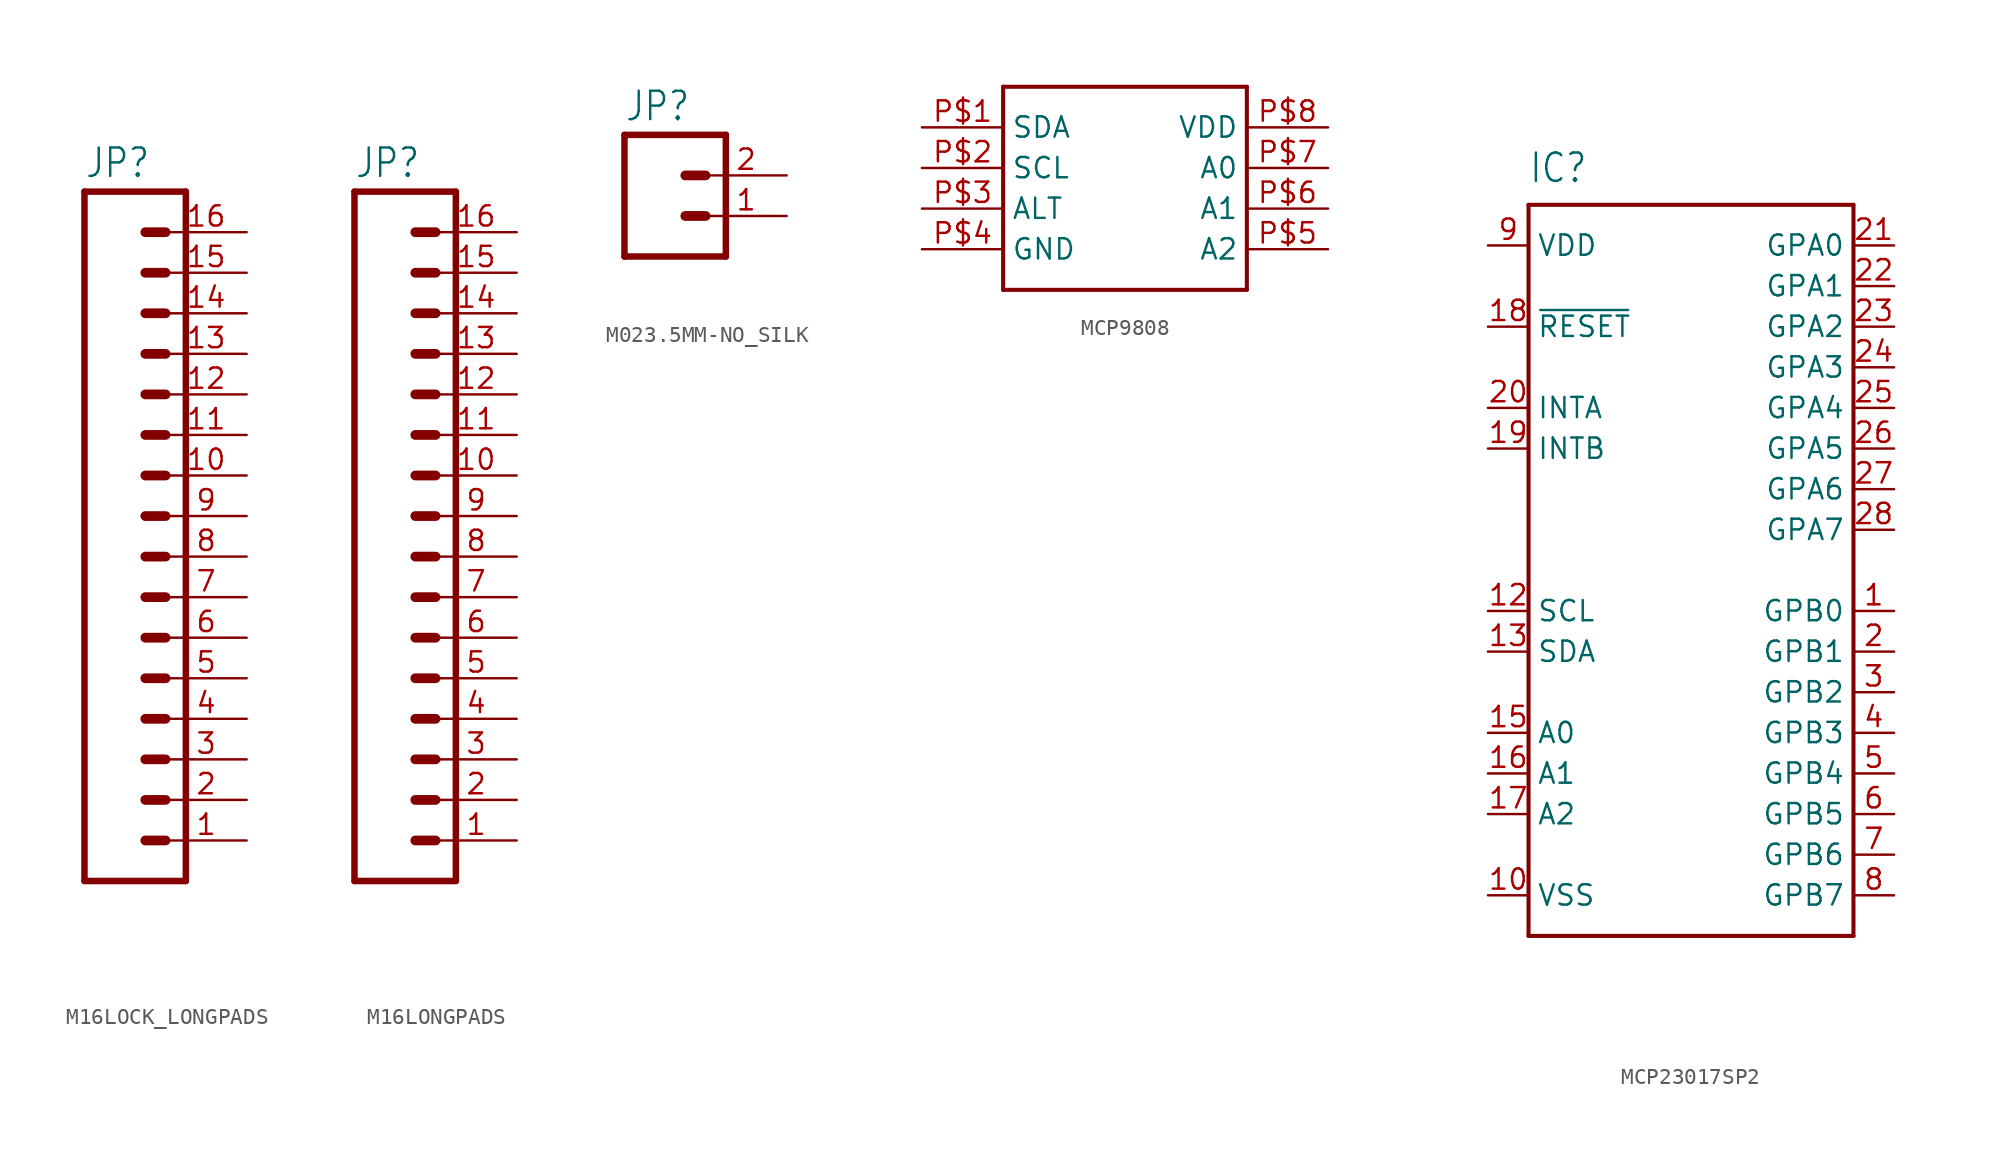
<source format=kicad_sym>
(kicad_symbol_lib
  (version 20220914)
  (generator kicad_symbol_editor)
  (symbol "M16LOCK_LONGPADS"
    (property "Reference" "JP"
      (at 0 21.082 0)
      (effects (font (size 1.778 1.511)) (justify left bottom)))
    (property "Value" ""
      (at 0 -25.4 0)
      (effects (font (size 1.778 1.511)) (justify left bottom)))
    (property "ki_locked" ""
      (at 0 0 0)
      (effects (font (size 1.27 1.27))))
    (symbol "M16LOCK_LONGPADS_1_0"
      (polyline (pts (xy 0 20.32) (xy 0 -22.86)) (stroke (width 0.406) (type solid)) (fill (type none)))
      (polyline (pts (xy 0 20.32) (xy 6.35 20.32)) (stroke (width 0.406) (type solid)) (fill (type none)))
      (polyline (pts (xy 3.81 -20.32) (xy 5.08 -20.32)) (stroke (width 0.61) (type solid)) (fill (type none)))
      (polyline (pts (xy 3.81 -17.78) (xy 5.08 -17.78)) (stroke (width 0.61) (type solid)) (fill (type none)))
      (polyline (pts (xy 3.81 -15.24) (xy 5.08 -15.24)) (stroke (width 0.61) (type solid)) (fill (type none)))
      (polyline (pts (xy 3.81 -12.7) (xy 5.08 -12.7)) (stroke (width 0.61) (type solid)) (fill (type none)))
      (polyline (pts (xy 3.81 -10.16) (xy 5.08 -10.16)) (stroke (width 0.61) (type solid)) (fill (type none)))
      (polyline (pts (xy 3.81 -7.62) (xy 5.08 -7.62)) (stroke (width 0.61) (type solid)) (fill (type none)))
      (polyline (pts (xy 3.81 -5.08) (xy 5.08 -5.08)) (stroke (width 0.61) (type solid)) (fill (type none)))
      (polyline (pts (xy 3.81 -2.54) (xy 5.08 -2.54)) (stroke (width 0.61) (type solid)) (fill (type none)))
      (polyline (pts (xy 3.81 0) (xy 5.08 0)) (stroke (width 0.61) (type solid)) (fill (type none)))
      (polyline (pts (xy 3.81 2.54) (xy 5.08 2.54)) (stroke (width 0.61) (type solid)) (fill (type none)))
      (polyline (pts (xy 3.81 5.08) (xy 5.08 5.08)) (stroke (width 0.61) (type solid)) (fill (type none)))
      (polyline (pts (xy 3.81 7.62) (xy 5.08 7.62)) (stroke (width 0.61) (type solid)) (fill (type none)))
      (polyline (pts (xy 3.81 10.16) (xy 5.08 10.16)) (stroke (width 0.61) (type solid)) (fill (type none)))
      (polyline (pts (xy 3.81 12.7) (xy 5.08 12.7)) (stroke (width 0.61) (type solid)) (fill (type none)))
      (polyline (pts (xy 3.81 15.24) (xy 5.08 15.24)) (stroke (width 0.61) (type solid)) (fill (type none)))
      (polyline (pts (xy 3.81 17.78) (xy 5.08 17.78)) (stroke (width 0.61) (type solid)) (fill (type none)))
      (polyline (pts (xy 6.35 -22.86) (xy 0 -22.86)) (stroke (width 0.406) (type solid)) (fill (type none)))
      (polyline (pts (xy 6.35 -22.86) (xy 6.35 20.32)) (stroke (width 0.406) (type solid)) (fill (type none)))
      (pin passive line (at 10.16 -20.32 180) (length 5.08) (name "1" (effects (font (size 0 0)))) (number "1" (effects (font (size 1.27 1.27)))))
      (pin passive line (at 10.16 2.54 180) (length 5.08) (name "10" (effects (font (size 0 0)))) (number "10" (effects (font (size 1.27 1.27)))))
      (pin passive line (at 10.16 5.08 180) (length 5.08) (name "11" (effects (font (size 0 0)))) (number "11" (effects (font (size 1.27 1.27)))))
      (pin passive line (at 10.16 7.62 180) (length 5.08) (name "12" (effects (font (size 0 0)))) (number "12" (effects (font (size 1.27 1.27)))))
      (pin passive line (at 10.16 10.16 180) (length 5.08) (name "13" (effects (font (size 0 0)))) (number "13" (effects (font (size 1.27 1.27)))))
      (pin passive line (at 10.16 12.7 180) (length 5.08) (name "14" (effects (font (size 0 0)))) (number "14" (effects (font (size 1.27 1.27)))))
      (pin passive line (at 10.16 15.24 180) (length 5.08) (name "15" (effects (font (size 0 0)))) (number "15" (effects (font (size 1.27 1.27)))))
      (pin passive line (at 10.16 17.78 180) (length 5.08) (name "16" (effects (font (size 0 0)))) (number "16" (effects (font (size 1.27 1.27)))))
      (pin passive line (at 10.16 -17.78 180) (length 5.08) (name "2" (effects (font (size 0 0)))) (number "2" (effects (font (size 1.27 1.27)))))
      (pin passive line (at 10.16 -15.24 180) (length 5.08) (name "3" (effects (font (size 0 0)))) (number "3" (effects (font (size 1.27 1.27)))))
      (pin passive line (at 10.16 -12.7 180) (length 5.08) (name "4" (effects (font (size 0 0)))) (number "4" (effects (font (size 1.27 1.27)))))
      (pin passive line (at 10.16 -10.16 180) (length 5.08) (name "5" (effects (font (size 0 0)))) (number "5" (effects (font (size 1.27 1.27)))))
      (pin passive line (at 10.16 -7.62 180) (length 5.08) (name "6" (effects (font (size 0 0)))) (number "6" (effects (font (size 1.27 1.27)))))
      (pin passive line (at 10.16 -5.08 180) (length 5.08) (name "7" (effects (font (size 0 0)))) (number "7" (effects (font (size 1.27 1.27)))))
      (pin passive line (at 10.16 -2.54 180) (length 5.08) (name "8" (effects (font (size 0 0)))) (number "8" (effects (font (size 1.27 1.27)))))
      (pin passive line (at 10.16 0 180) (length 5.08) (name "9" (effects (font (size 0 0)))) (number "9" (effects (font (size 1.27 1.27)))))))
  (symbol "M16LONGPADS"
    (property "Reference" "JP"
      (at 0 21.082 0)
      (effects (font (size 1.778 1.511)) (justify left bottom)))
    (property "Value" ""
      (at 0 -25.4 0)
      (effects (font (size 1.778 1.511)) (justify left bottom)))
    (property "ki_locked" ""
      (at 0 0 0)
      (effects (font (size 1.27 1.27))))
    (symbol "M16LONGPADS_1_0"
      (polyline (pts (xy 0 20.32) (xy 0 -22.86)) (stroke (width 0.406) (type solid)) (fill (type none)))
      (polyline (pts (xy 0 20.32) (xy 6.35 20.32)) (stroke (width 0.406) (type solid)) (fill (type none)))
      (polyline (pts (xy 3.81 -20.32) (xy 5.08 -20.32)) (stroke (width 0.61) (type solid)) (fill (type none)))
      (polyline (pts (xy 3.81 -17.78) (xy 5.08 -17.78)) (stroke (width 0.61) (type solid)) (fill (type none)))
      (polyline (pts (xy 3.81 -15.24) (xy 5.08 -15.24)) (stroke (width 0.61) (type solid)) (fill (type none)))
      (polyline (pts (xy 3.81 -12.7) (xy 5.08 -12.7)) (stroke (width 0.61) (type solid)) (fill (type none)))
      (polyline (pts (xy 3.81 -10.16) (xy 5.08 -10.16)) (stroke (width 0.61) (type solid)) (fill (type none)))
      (polyline (pts (xy 3.81 -7.62) (xy 5.08 -7.62)) (stroke (width 0.61) (type solid)) (fill (type none)))
      (polyline (pts (xy 3.81 -5.08) (xy 5.08 -5.08)) (stroke (width 0.61) (type solid)) (fill (type none)))
      (polyline (pts (xy 3.81 -2.54) (xy 5.08 -2.54)) (stroke (width 0.61) (type solid)) (fill (type none)))
      (polyline (pts (xy 3.81 0) (xy 5.08 0)) (stroke (width 0.61) (type solid)) (fill (type none)))
      (polyline (pts (xy 3.81 2.54) (xy 5.08 2.54)) (stroke (width 0.61) (type solid)) (fill (type none)))
      (polyline (pts (xy 3.81 5.08) (xy 5.08 5.08)) (stroke (width 0.61) (type solid)) (fill (type none)))
      (polyline (pts (xy 3.81 7.62) (xy 5.08 7.62)) (stroke (width 0.61) (type solid)) (fill (type none)))
      (polyline (pts (xy 3.81 10.16) (xy 5.08 10.16)) (stroke (width 0.61) (type solid)) (fill (type none)))
      (polyline (pts (xy 3.81 12.7) (xy 5.08 12.7)) (stroke (width 0.61) (type solid)) (fill (type none)))
      (polyline (pts (xy 3.81 15.24) (xy 5.08 15.24)) (stroke (width 0.61) (type solid)) (fill (type none)))
      (polyline (pts (xy 3.81 17.78) (xy 5.08 17.78)) (stroke (width 0.61) (type solid)) (fill (type none)))
      (polyline (pts (xy 6.35 -22.86) (xy 0 -22.86)) (stroke (width 0.406) (type solid)) (fill (type none)))
      (polyline (pts (xy 6.35 -22.86) (xy 6.35 20.32)) (stroke (width 0.406) (type solid)) (fill (type none)))
      (pin passive line (at 10.16 -20.32 180) (length 5.08) (name "1" (effects (font (size 0 0)))) (number "1" (effects (font (size 1.27 1.27)))))
      (pin passive line (at 10.16 2.54 180) (length 5.08) (name "10" (effects (font (size 0 0)))) (number "10" (effects (font (size 1.27 1.27)))))
      (pin passive line (at 10.16 5.08 180) (length 5.08) (name "11" (effects (font (size 0 0)))) (number "11" (effects (font (size 1.27 1.27)))))
      (pin passive line (at 10.16 7.62 180) (length 5.08) (name "12" (effects (font (size 0 0)))) (number "12" (effects (font (size 1.27 1.27)))))
      (pin passive line (at 10.16 10.16 180) (length 5.08) (name "13" (effects (font (size 0 0)))) (number "13" (effects (font (size 1.27 1.27)))))
      (pin passive line (at 10.16 12.7 180) (length 5.08) (name "14" (effects (font (size 0 0)))) (number "14" (effects (font (size 1.27 1.27)))))
      (pin passive line (at 10.16 15.24 180) (length 5.08) (name "15" (effects (font (size 0 0)))) (number "15" (effects (font (size 1.27 1.27)))))
      (pin passive line (at 10.16 17.78 180) (length 5.08) (name "16" (effects (font (size 0 0)))) (number "16" (effects (font (size 1.27 1.27)))))
      (pin passive line (at 10.16 -17.78 180) (length 5.08) (name "2" (effects (font (size 0 0)))) (number "2" (effects (font (size 1.27 1.27)))))
      (pin passive line (at 10.16 -15.24 180) (length 5.08) (name "3" (effects (font (size 0 0)))) (number "3" (effects (font (size 1.27 1.27)))))
      (pin passive line (at 10.16 -12.7 180) (length 5.08) (name "4" (effects (font (size 0 0)))) (number "4" (effects (font (size 1.27 1.27)))))
      (pin passive line (at 10.16 -10.16 180) (length 5.08) (name "5" (effects (font (size 0 0)))) (number "5" (effects (font (size 1.27 1.27)))))
      (pin passive line (at 10.16 -7.62 180) (length 5.08) (name "6" (effects (font (size 0 0)))) (number "6" (effects (font (size 1.27 1.27)))))
      (pin passive line (at 10.16 -5.08 180) (length 5.08) (name "7" (effects (font (size 0 0)))) (number "7" (effects (font (size 1.27 1.27)))))
      (pin passive line (at 10.16 -2.54 180) (length 5.08) (name "8" (effects (font (size 0 0)))) (number "8" (effects (font (size 1.27 1.27)))))
      (pin passive line (at 10.16 0 180) (length 5.08) (name "9" (effects (font (size 0 0)))) (number "9" (effects (font (size 1.27 1.27)))))))
  (symbol "M023.5MM-NO_SILK"
    (property "Reference" "JP"
      (at -2.54 5.842 0)
      (effects (font (size 1.778 1.511)) (justify left bottom)))
    (property "Value" ""
      (at -2.54 -5.08 0)
      (effects (font (size 1.778 1.511)) (justify left bottom)))
    (property "ki_locked" ""
      (at 0 0 0)
      (effects (font (size 1.27 1.27))))
    (symbol "M023.5MM-NO_SILK_1_0"
      (polyline (pts (xy -2.54 5.08) (xy -2.54 -2.54)) (stroke (width 0.406) (type solid)) (fill (type none)))
      (polyline (pts (xy -2.54 5.08) (xy 3.81 5.08)) (stroke (width 0.406) (type solid)) (fill (type none)))
      (polyline (pts (xy 1.27 0) (xy 2.54 0)) (stroke (width 0.61) (type solid)) (fill (type none)))
      (polyline (pts (xy 1.27 2.54) (xy 2.54 2.54)) (stroke (width 0.61) (type solid)) (fill (type none)))
      (polyline (pts (xy 3.81 -2.54) (xy -2.54 -2.54)) (stroke (width 0.406) (type solid)) (fill (type none)))
      (polyline (pts (xy 3.81 -2.54) (xy 3.81 5.08)) (stroke (width 0.406) (type solid)) (fill (type none)))
      (pin passive line (at 7.62 0 180) (length 5.08) (name "1" (effects (font (size 0 0)))) (number "1" (effects (font (size 1.27 1.27)))))
      (pin passive line (at 7.62 2.54 180) (length 5.08) (name "2" (effects (font (size 0 0)))) (number "2" (effects (font (size 1.27 1.27)))))))
  (symbol "MCP9808"
    (property "Reference" ""
      (at 0 0 0)
      (effects (font (size 1.27 1.27)) hide))
    (property "ki_locked" ""
      (at 0 0 0)
      (effects (font (size 1.27 1.27))))
    (symbol "MCP9808_1_0"
      (polyline (pts (xy -7.62 -5.08) (xy -7.62 7.62)) (stroke (width 0.254) (type solid)) (fill (type none)))
      (polyline (pts (xy -7.62 7.62) (xy 7.62 7.62)) (stroke (width 0.254) (type solid)) (fill (type none)))
      (polyline (pts (xy 7.62 -5.08) (xy -7.62 -5.08)) (stroke (width 0.254) (type solid)) (fill (type none)))
      (polyline (pts (xy 7.62 7.62) (xy 7.62 -5.08)) (stroke (width 0.254) (type solid)) (fill (type none)))
      (pin bidirectional line (at -12.7 5.08 0) (length 5.08) (name "SDA" (effects (font (size 1.27 1.27)))) (number "P$1" (effects (font (size 1.27 1.27)))))
      (pin bidirectional line (at -12.7 2.54 0) (length 5.08) (name "SCL" (effects (font (size 1.27 1.27)))) (number "P$2" (effects (font (size 1.27 1.27)))))
      (pin bidirectional line (at -12.7 0 0) (length 5.08) (name "ALT" (effects (font (size 1.27 1.27)))) (number "P$3" (effects (font (size 1.27 1.27)))))
      (pin bidirectional line (at -12.7 -2.54 0) (length 5.08) (name "GND" (effects (font (size 1.27 1.27)))) (number "P$4" (effects (font (size 1.27 1.27)))))
      (pin bidirectional line (at 12.7 -2.54 180) (length 5.08) (name "A2" (effects (font (size 1.27 1.27)))) (number "P$5" (effects (font (size 1.27 1.27)))))
      (pin bidirectional line (at 12.7 0 180) (length 5.08) (name "A1" (effects (font (size 1.27 1.27)))) (number "P$6" (effects (font (size 1.27 1.27)))))
      (pin bidirectional line (at 12.7 2.54 180) (length 5.08) (name "A0" (effects (font (size 1.27 1.27)))) (number "P$7" (effects (font (size 1.27 1.27)))))
      (pin bidirectional line (at 12.7 5.08 180) (length 5.08) (name "VDD" (effects (font (size 1.27 1.27)))) (number "P$8" (effects (font (size 1.27 1.27)))))))
  (symbol "MCP23017SP2"
    (property "Reference" "IC"
      (at -10.16 24.13 0)
      (effects (font (size 1.778 1.511)) (justify left bottom)))
    (property "Value" ""
      (at -10.16 -25.4 0)
      (effects (font (size 1.778 1.511)) (justify left bottom)))
    (property "ki_locked" ""
      (at 0 0 0)
      (effects (font (size 1.27 1.27))))
    (symbol "MCP23017SP2_1_0"
      (polyline (pts (xy -10.16 -22.86) (xy -10.16 22.86)) (stroke (width 0.254) (type solid)) (fill (type none)))
      (polyline (pts (xy -10.16 22.86) (xy 10.16 22.86)) (stroke (width 0.254) (type solid)) (fill (type none)))
      (polyline (pts (xy 10.16 -22.86) (xy -10.16 -22.86)) (stroke (width 0.254) (type solid)) (fill (type none)))
      (polyline (pts (xy 10.16 22.86) (xy 10.16 -22.86)) (stroke (width 0.254) (type solid)) (fill (type none)))
      (pin bidirectional line (at 12.7 -2.54 180) (length 2.54) (name "GPB0" (effects (font (size 1.27 1.27)))) (number "1" (effects (font (size 1.27 1.27)))))
      (pin power_in line (at -12.7 -20.32 0) (length 2.54) (name "VSS" (effects (font (size 1.27 1.27)))) (number "10" (effects (font (size 1.27 1.27)))))
      (pin input line (at -12.7 -2.54 0) (length 2.54) (name "SCL" (effects (font (size 1.27 1.27)))) (number "12" (effects (font (size 1.27 1.27)))))
      (pin bidirectional line (at -12.7 -5.08 0) (length 2.54) (name "SDA" (effects (font (size 1.27 1.27)))) (number "13" (effects (font (size 1.27 1.27)))))
      (pin input line (at -12.7 -10.16 0) (length 2.54) (name "A0" (effects (font (size 1.27 1.27)))) (number "15" (effects (font (size 1.27 1.27)))))
      (pin input line (at -12.7 -12.7 0) (length 2.54) (name "A1" (effects (font (size 1.27 1.27)))) (number "16" (effects (font (size 1.27 1.27)))))
      (pin input line (at -12.7 -15.24 0) (length 2.54) (name "A2" (effects (font (size 1.27 1.27)))) (number "17" (effects (font (size 1.27 1.27)))))
      (pin input line (at -12.7 15.24 0) (length 2.54) (name "~{RESET}" (effects (font (size 1.27 1.27)))) (number "18" (effects (font (size 1.27 1.27)))))
      (pin output line (at -12.7 7.62 0) (length 2.54) (name "INTB" (effects (font (size 1.27 1.27)))) (number "19" (effects (font (size 1.27 1.27)))))
      (pin bidirectional line (at 12.7 -5.08 180) (length 2.54) (name "GPB1" (effects (font (size 1.27 1.27)))) (number "2" (effects (font (size 1.27 1.27)))))
      (pin output line (at -12.7 10.16 0) (length 2.54) (name "INTA" (effects (font (size 1.27 1.27)))) (number "20" (effects (font (size 1.27 1.27)))))
      (pin bidirectional line (at 12.7 20.32 180) (length 2.54) (name "GPA0" (effects (font (size 1.27 1.27)))) (number "21" (effects (font (size 1.27 1.27)))))
      (pin bidirectional line (at 12.7 17.78 180) (length 2.54) (name "GPA1" (effects (font (size 1.27 1.27)))) (number "22" (effects (font (size 1.27 1.27)))))
      (pin bidirectional line (at 12.7 15.24 180) (length 2.54) (name "GPA2" (effects (font (size 1.27 1.27)))) (number "23" (effects (font (size 1.27 1.27)))))
      (pin bidirectional line (at 12.7 12.7 180) (length 2.54) (name "GPA3" (effects (font (size 1.27 1.27)))) (number "24" (effects (font (size 1.27 1.27)))))
      (pin bidirectional line (at 12.7 10.16 180) (length 2.54) (name "GPA4" (effects (font (size 1.27 1.27)))) (number "25" (effects (font (size 1.27 1.27)))))
      (pin bidirectional line (at 12.7 7.62 180) (length 2.54) (name "GPA5" (effects (font (size 1.27 1.27)))) (number "26" (effects (font (size 1.27 1.27)))))
      (pin bidirectional line (at 12.7 5.08 180) (length 2.54) (name "GPA6" (effects (font (size 1.27 1.27)))) (number "27" (effects (font (size 1.27 1.27)))))
      (pin bidirectional line (at 12.7 2.54 180) (length 2.54) (name "GPA7" (effects (font (size 1.27 1.27)))) (number "28" (effects (font (size 1.27 1.27)))))
      (pin bidirectional line (at 12.7 -7.62 180) (length 2.54) (name "GPB2" (effects (font (size 1.27 1.27)))) (number "3" (effects (font (size 1.27 1.27)))))
      (pin bidirectional line (at 12.7 -10.16 180) (length 2.54) (name "GPB3" (effects (font (size 1.27 1.27)))) (number "4" (effects (font (size 1.27 1.27)))))
      (pin bidirectional line (at 12.7 -12.7 180) (length 2.54) (name "GPB4" (effects (font (size 1.27 1.27)))) (number "5" (effects (font (size 1.27 1.27)))))
      (pin bidirectional line (at 12.7 -15.24 180) (length 2.54) (name "GPB5" (effects (font (size 1.27 1.27)))) (number "6" (effects (font (size 1.27 1.27)))))
      (pin bidirectional line (at 12.7 -17.78 180) (length 2.54) (name "GPB6" (effects (font (size 1.27 1.27)))) (number "7" (effects (font (size 1.27 1.27)))))
      (pin bidirectional line (at 12.7 -20.32 180) (length 2.54) (name "GPB7" (effects (font (size 1.27 1.27)))) (number "8" (effects (font (size 1.27 1.27)))))
      (pin power_in line (at -12.7 20.32 0) (length 2.54) (name "VDD" (effects (font (size 1.27 1.27)))) (number "9" (effects (font (size 1.27 1.27))))))))
</source>
